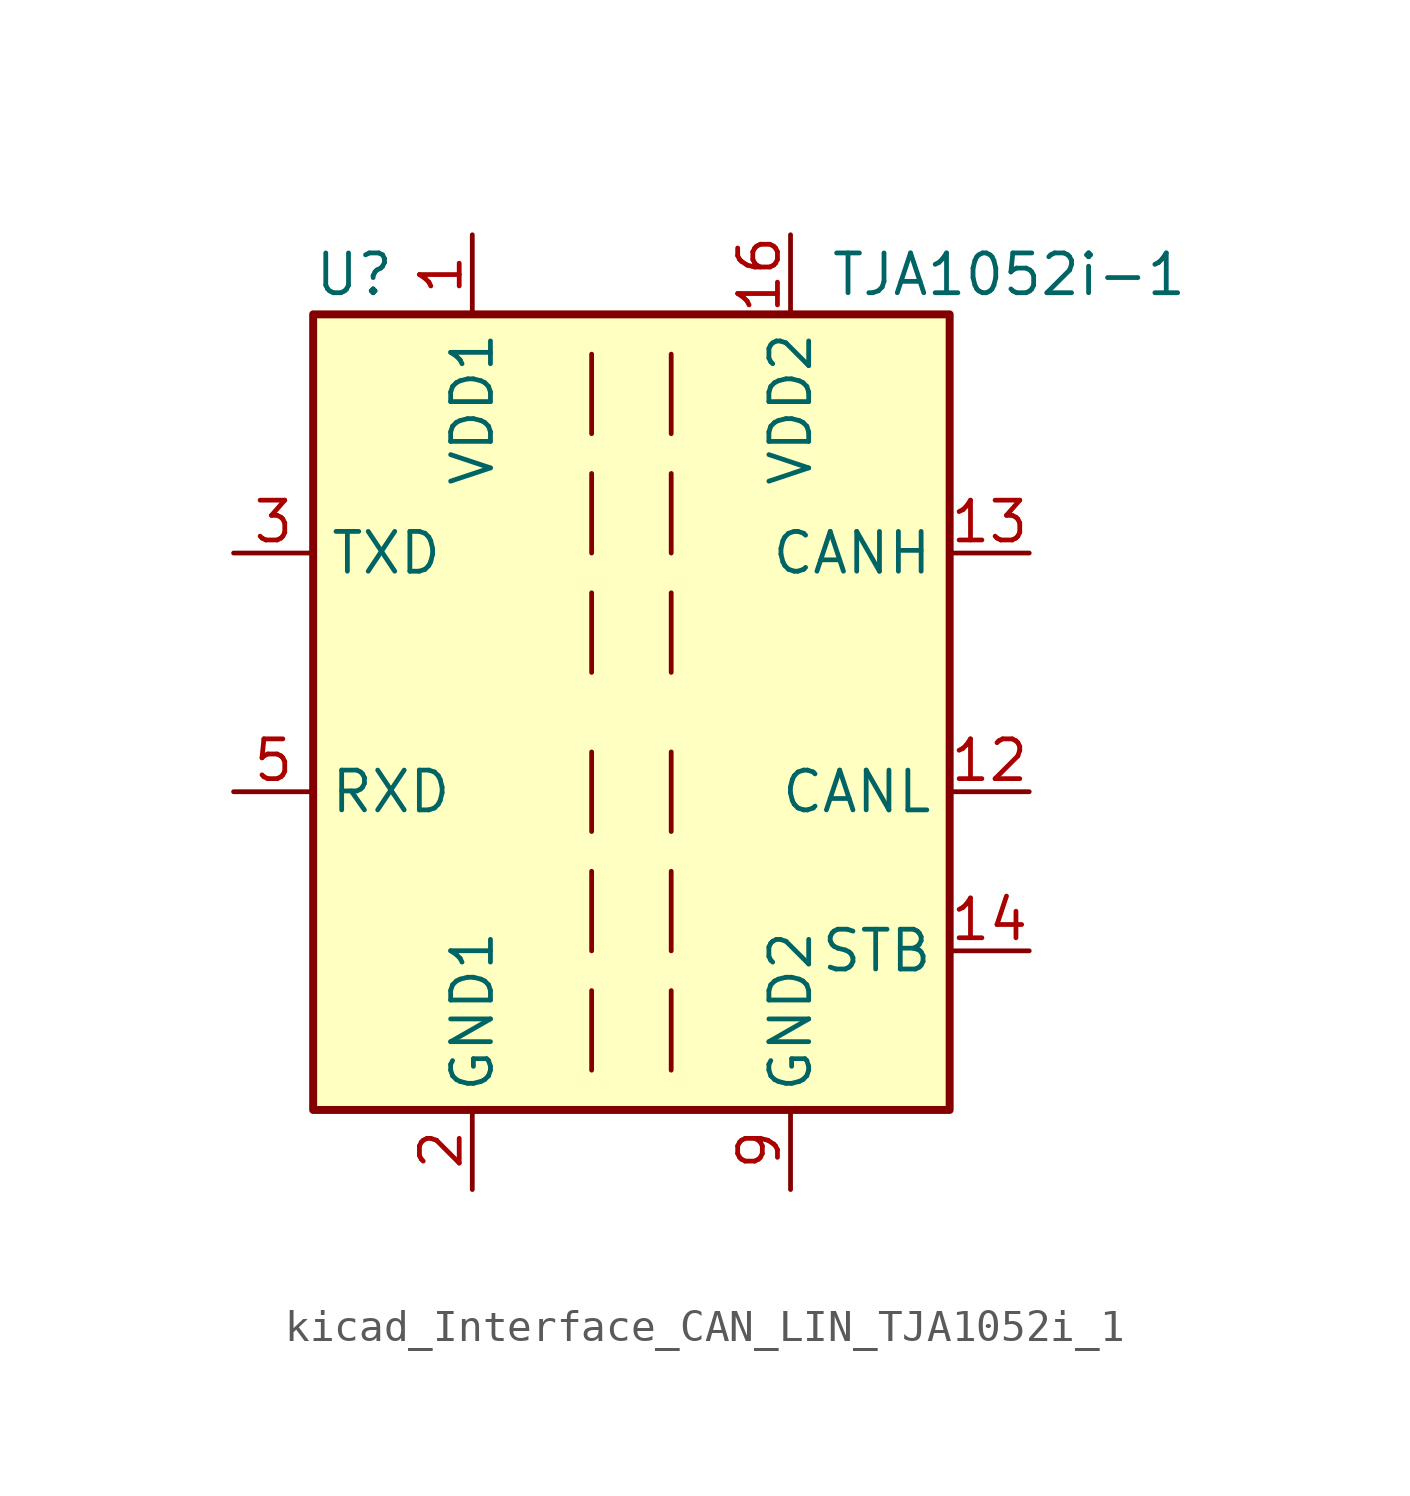
<source format=kicad_sym>
(kicad_symbol_lib
  (version 20220914)
  (generator kicad_symbol_editor)
  (symbol "kicad_Interface_CAN_LIN_TJA1052i_1"
    (property "Reference" "U"
      (at -10.16 13.97 0)
      (effects (font (size 1.27 1.27)) (justify left)))
    (property "Value" "TJA1052i-1"
      (at 17.78 13.97 0)
      (effects (font (size 1.27 1.27)) (justify right)))
    (symbol "kicad_Interface_CAN_LIN_TJA1052i_1_0_1"
      (rectangle (start -10.16 12.7) (end 10.16 -12.7) (stroke (width 0.254) (type default)) (fill (type background)))
      (polyline (pts (xy -1.27 -11.43) (xy -1.27 -8.89)) (stroke (width 0) (type default)) (fill (type none)))
      (polyline (pts (xy -1.27 3.81) (xy -1.27 1.27)) (stroke (width 0) (type default)) (fill (type none)))
      (polyline (pts (xy -1.27 7.62) (xy -1.27 5.08)) (stroke (width 0) (type default)) (fill (type none)))
      (polyline (pts (xy -1.27 11.43) (xy -1.27 8.89)) (stroke (width 0) (type default)) (fill (type none)))
      (polyline (pts (xy 1.27 -11.43) (xy 1.27 -8.89)) (stroke (width 0) (type default)) (fill (type none)))
      (polyline (pts (xy 1.27 -7.62) (xy 1.27 -5.08)) (stroke (width 0) (type default)) (fill (type none)))
      (polyline (pts (xy 1.27 -3.81) (xy 1.27 -1.27)) (stroke (width 0) (type default)) (fill (type none)))
      (polyline (pts (xy 1.27 1.27) (xy 1.27 3.81)) (stroke (width 0) (type default)) (fill (type none)))
      (polyline (pts (xy 1.27 5.08) (xy 1.27 7.62)) (stroke (width 0) (type default)) (fill (type none)))
      (polyline (pts (xy 1.27 8.89) (xy 1.27 11.43)) (stroke (width 0) (type default)) (fill (type none)))
      (polyline (pts (xy -1.27 -7.62) (xy -1.27 -6.35) (xy -1.27 -5.08)) (stroke (width 0) (type default)) (fill (type none)))
      (polyline (pts (xy -1.27 -3.81) (xy -1.27 -2.54) (xy -1.27 -1.27)) (stroke (width 0) (type default)) (fill (type none))))
    (symbol "kicad_Interface_CAN_LIN_TJA1052i_1_1_1"
      (pin power_in line (at -5.08 15.24 270) (length 2.54) (name "VDD1" (effects (font (size 1.27 1.27)))) (number "1" (effects (font (size 1.27 1.27)))))
      (pin passive line (at 5.08 -15.24 90) (length 2.54) hide (name "GND2" (effects (font (size 1.27 1.27)))) (number "10" (effects (font (size 1.27 1.27)))))
      (pin passive line (at 5.08 15.24 270) (length 2.54) hide (name "VDD2" (effects (font (size 1.27 1.27)))) (number "11" (effects (font (size 1.27 1.27)))))
      (pin bidirectional line (at 12.7 -2.54 180) (length 2.54) (name "CANL" (effects (font (size 1.27 1.27)))) (number "12" (effects (font (size 1.27 1.27)))))
      (pin bidirectional line (at 12.7 5.08 180) (length 2.54) (name "CANH" (effects (font (size 1.27 1.27)))) (number "13" (effects (font (size 1.27 1.27)))))
      (pin input line (at 12.7 -7.62 180) (length 2.54) (name "STB" (effects (font (size 1.27 1.27)))) (number "14" (effects (font (size 1.27 1.27)))))
      (pin passive line (at 5.08 -15.24 90) (length 2.54) hide (name "GND2" (effects (font (size 1.27 1.27)))) (number "15" (effects (font (size 1.27 1.27)))))
      (pin power_in line (at 5.08 15.24 270) (length 2.54) (name "VDD2" (effects (font (size 1.27 1.27)))) (number "16" (effects (font (size 1.27 1.27)))))
      (pin power_in line (at -5.08 -15.24 90) (length 2.54) (name "GND1" (effects (font (size 1.27 1.27)))) (number "2" (effects (font (size 1.27 1.27)))))
      (pin input line (at -12.7 5.08 0) (length 2.54) (name "TXD" (effects (font (size 1.27 1.27)))) (number "3" (effects (font (size 1.27 1.27)))))
      (pin no_connect line (at -10.16 -7.62 0) (length 2.54) hide (name "NC" (effects (font (size 1.27 1.27)))) (number "4" (effects (font (size 1.27 1.27)))))
      (pin output line (at -12.7 -2.54 0) (length 2.54) (name "RXD" (effects (font (size 1.27 1.27)))) (number "5" (effects (font (size 1.27 1.27)))))
      (pin no_connect line (at -10.16 -10.16 0) (length 2.54) hide (name "NC" (effects (font (size 1.27 1.27)))) (number "6" (effects (font (size 1.27 1.27)))))
      (pin passive line (at -5.08 -15.24 90) (length 2.54) hide (name "GND1" (effects (font (size 1.27 1.27)))) (number "7" (effects (font (size 1.27 1.27)))))
      (pin passive line (at -5.08 -15.24 90) (length 2.54) hide (name "GND1" (effects (font (size 1.27 1.27)))) (number "8" (effects (font (size 1.27 1.27)))))
      (pin power_in line (at 5.08 -15.24 90) (length 2.54) (name "GND2" (effects (font (size 1.27 1.27)))) (number "9" (effects (font (size 1.27 1.27))))))))
</source>
